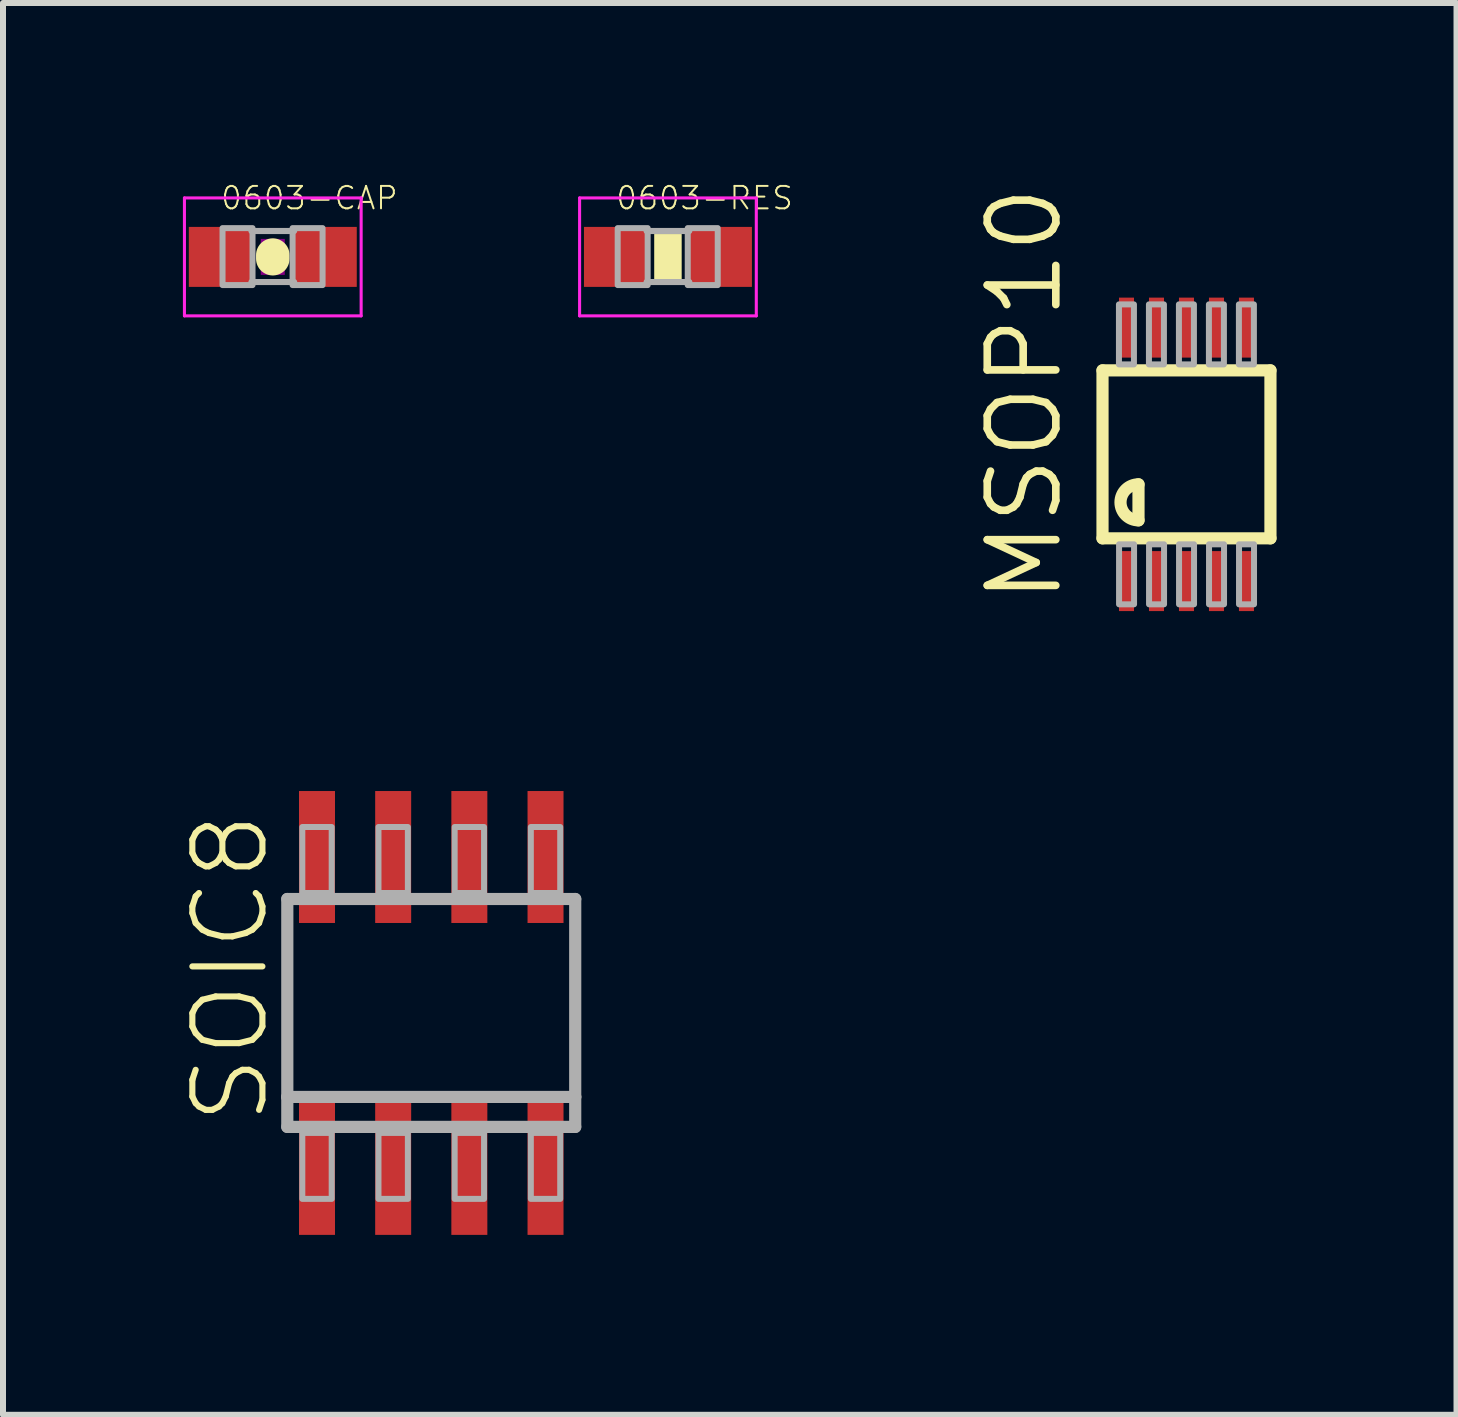
<source format=kicad_pcb>
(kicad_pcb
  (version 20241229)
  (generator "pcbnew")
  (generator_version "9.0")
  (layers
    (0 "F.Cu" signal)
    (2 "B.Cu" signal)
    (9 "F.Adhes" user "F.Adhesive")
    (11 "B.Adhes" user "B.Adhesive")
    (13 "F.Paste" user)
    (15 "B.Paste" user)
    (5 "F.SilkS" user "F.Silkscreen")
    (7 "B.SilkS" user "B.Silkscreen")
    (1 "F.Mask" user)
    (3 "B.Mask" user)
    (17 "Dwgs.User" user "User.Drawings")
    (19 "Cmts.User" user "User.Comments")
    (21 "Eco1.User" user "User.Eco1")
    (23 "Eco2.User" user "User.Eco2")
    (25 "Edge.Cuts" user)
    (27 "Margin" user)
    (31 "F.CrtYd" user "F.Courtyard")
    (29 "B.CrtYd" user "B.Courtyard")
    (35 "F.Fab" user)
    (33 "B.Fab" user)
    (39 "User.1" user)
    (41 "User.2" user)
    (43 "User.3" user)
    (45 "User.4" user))
  (footprint "0603-RES"
    (layer "F.Cu")
    (at 8.086 1.233)
    (property "Reference" "0603-RES" (at -0.889 -0.762 0) (layer "F.SilkS") (effects (font (size 0.374 0.374) (thickness 0.033)) (justify left bottom)))
    (fp_poly (pts (xy -0.229 0.381) (xy 0.229 0.381) (xy 0.229 -0.381) (xy -0.229 -0.381)) (stroke (width 0) (type solid)) (fill yes) (layer "F.SilkS"))
    (fp_poly (pts (xy -0.2 0.3) (xy 0.2 0.3) (xy 0.2 -0.3) (xy -0.2 -0.3)) (stroke (width 0) (type solid)) (fill yes) (layer "F.Adhes"))
    (fp_line (start -1.473 -0.983) (end 1.473 -0.983) (stroke (width 0.051) (type solid)) (layer "F.CrtYd"))
    (fp_line (start -1.473 0.983) (end -1.473 -0.983) (stroke (width 0.051) (type solid)) (layer "F.CrtYd"))
    (fp_line (start 1.473 -0.983) (end 1.473 0.983) (stroke (width 0.051) (type solid)) (layer "F.CrtYd"))
    (fp_line (start 1.473 0.983) (end -1.473 0.983) (stroke (width 0.051) (type solid)) (layer "F.CrtYd"))
    (fp_line (start -0.356 -0.432) (end 0.356 -0.432) (stroke (width 0.102) (type solid)) (layer "F.Fab"))
    (fp_line (start -0.356 0.419) (end 0.356 0.419) (stroke (width 0.102) (type solid)) (layer "F.Fab"))
    (fp_poly (pts (xy -0.838 0.47) (xy -0.338 0.47) (xy -0.338 -0.48) (xy -0.838 -0.48)) (stroke (width 0.1) (type solid)) (fill no) (layer "F.Fab"))
    (fp_poly (pts (xy 0.33 0.47) (xy 0.83 0.47) (xy 0.83 -0.48) (xy 0.33 -0.48)) (stroke (width 0.1) (type solid)) (fill no) (layer "F.Fab"))
    (pad "1" smd rect (at -0.85 0) (size 1.1 1) (layers "F.Cu" "F.Mask" "F.Paste"))
    (pad "2" smd rect (at 0.85 0) (size 1.1 1) (layers "F.Cu" "F.Mask" "F.Paste")))
  (footprint "SOIC8"
    (layer "F.Cu")
    (at 4.14 13.838)
    (property "Reference" "SOIC8" (at -2.667 1.905 90) (layer "F.SilkS") (effects (font (size 1.168 1.168) (thickness 0.102)) (justify left bottom)))
    (fp_line (start -2.4 -1.9) (end 2.4 -1.9) (stroke (width 0.203) (type solid)) (layer "F.Fab"))
    (fp_line (start -2.4 1.4) (end -2.4 -1.9) (stroke (width 0.203) (type solid)) (layer "F.Fab"))
    (fp_line (start -2.4 1.9) (end -2.4 1.4) (stroke (width 0.203) (type solid)) (layer "F.Fab"))
    (fp_line (start 2.4 -1.9) (end 2.4 1.4) (stroke (width 0.203) (type solid)) (layer "F.Fab"))
    (fp_line (start 2.4 1.4) (end -2.4 1.4) (stroke (width 0.203) (type solid)) (layer "F.Fab"))
    (fp_line (start 2.4 1.4) (end 2.4 1.9) (stroke (width 0.203) (type solid)) (layer "F.Fab"))
    (fp_line (start 2.4 1.9) (end -2.4 1.9) (stroke (width 0.203) (type solid)) (layer "F.Fab"))
    (fp_poly (pts (xy -2.15 -2) (xy -1.66 -2) (xy -1.66 -3.1) (xy -2.15 -3.1)) (stroke (width 0.1) (type solid)) (fill no) (layer "F.Fab"))
    (fp_poly (pts (xy -2.15 3.1) (xy -1.66 3.1) (xy -1.66 2) (xy -2.15 2)) (stroke (width 0.1) (type solid)) (fill no) (layer "F.Fab"))
    (fp_poly (pts (xy -0.88 -2) (xy -0.39 -2) (xy -0.39 -3.1) (xy -0.88 -3.1)) (stroke (width 0.1) (type solid)) (fill no) (layer "F.Fab"))
    (fp_poly (pts (xy -0.88 3.1) (xy -0.39 3.1) (xy -0.39 2) (xy -0.88 2)) (stroke (width 0.1) (type solid)) (fill no) (layer "F.Fab"))
    (fp_poly (pts (xy 0.39 -2) (xy 0.88 -2) (xy 0.88 -3.1) (xy 0.39 -3.1)) (stroke (width 0.1) (type solid)) (fill no) (layer "F.Fab"))
    (fp_poly (pts (xy 0.39 3.1) (xy 0.88 3.1) (xy 0.88 2) (xy 0.39 2)) (stroke (width 0.1) (type solid)) (fill no) (layer "F.Fab"))
    (fp_poly (pts (xy 1.66 -2) (xy 2.15 -2) (xy 2.15 -3.1) (xy 1.66 -3.1)) (stroke (width 0.1) (type solid)) (fill no) (layer "F.Fab"))
    (fp_poly (pts (xy 1.66 3.1) (xy 2.15 3.1) (xy 2.15 2) (xy 1.66 2)) (stroke (width 0.1) (type solid)) (fill no) (layer "F.Fab"))
    (pad "1" smd rect (at -1.905 2.6) (size 0.6 2.2) (layers "F.Cu" "F.Mask" "F.Paste"))
    (pad "2" smd rect (at -0.635 2.6) (size 0.6 2.2) (layers "F.Cu" "F.Mask" "F.Paste"))
    (pad "3" smd rect (at 0.635 2.6) (size 0.6 2.2) (layers "F.Cu" "F.Mask" "F.Paste"))
    (pad "4" smd rect (at 1.905 2.6) (size 0.6 2.2) (layers "F.Cu" "F.Mask" "F.Paste"))
    (pad "5" smd rect (at 1.905 -2.6) (size 0.6 2.2) (layers "F.Cu" "F.Mask" "F.Paste"))
    (pad "6" smd rect (at 0.635 -2.6) (size 0.6 2.2) (layers "F.Cu" "F.Mask" "F.Paste"))
    (pad "7" smd rect (at -0.635 -2.6) (size 0.6 2.2) (layers "F.Cu" "F.Mask" "F.Paste"))
    (pad "8" smd rect (at -1.905 -2.6) (size 0.6 2.2) (layers "F.Cu" "F.Mask" "F.Paste")))
  (footprint "MSOP10"
    (layer "F.Cu")
    (at 16.731 4.525)
    (property "Reference" "MSOP10" (at -2.032 2.54 90) (layer "F.SilkS") (effects (font (size 1.143 1.143) (thickness 0.127)) (justify left bottom)))
    (fp_line (start -1.4 -1.4) (end 1.4 -1.4) (stroke (width 0.203) (type solid)) (layer "F.SilkS"))
    (fp_line (start -1.4 1.4) (end -1.4 -1.4) (stroke (width 0.203) (type solid)) (layer "F.SilkS"))
    (fp_line (start -0.8 0.5) (end -0.8 1.1) (stroke (width 0.203) (type solid)) (layer "F.SilkS"))
    (fp_line (start 1.4 -1.4) (end 1.4 1.4) (stroke (width 0.203) (type solid)) (layer "F.SilkS"))
    (fp_line (start 1.4 1.4) (end -1.4 1.4) (stroke (width 0.203) (type solid)) (layer "F.SilkS"))
    (fp_arc (start -0.8 1.1) (mid -1.1 0.8) (end -0.8 0.5) (stroke (width 0.2032) (type solid)) (layer "F.SilkS"))
    (fp_poly (pts (xy -1.124 2.5) (xy -0.874 2.5) (xy -0.874 1.5) (xy -1.124 1.5)) (stroke (width 0.1) (type solid)) (fill no) (layer "F.Fab"))
    (fp_poly (pts (xy -0.876 -2.5) (xy -1.126 -2.5) (xy -1.126 -1.5) (xy -0.876 -1.5)) (stroke (width 0.1) (type solid)) (fill no) (layer "F.Fab"))
    (fp_poly (pts (xy -0.624 2.5) (xy -0.374 2.5) (xy -0.374 1.5) (xy -0.624 1.5)) (stroke (width 0.1) (type solid)) (fill no) (layer "F.Fab"))
    (fp_poly (pts (xy -0.376 -2.5) (xy -0.626 -2.5) (xy -0.626 -1.5) (xy -0.376 -1.5)) (stroke (width 0.1) (type solid)) (fill no) (layer "F.Fab"))
    (fp_poly (pts (xy -0.124 2.5) (xy 0.126 2.5) (xy 0.126 1.5) (xy -0.124 1.5)) (stroke (width 0.1) (type solid)) (fill no) (layer "F.Fab"))
    (fp_poly (pts (xy 0.124 -2.5) (xy -0.126 -2.5) (xy -0.126 -1.5) (xy 0.124 -1.5)) (stroke (width 0.1) (type solid)) (fill no) (layer "F.Fab"))
    (fp_poly (pts (xy 0.376 2.5) (xy 0.626 2.5) (xy 0.626 1.5) (xy 0.376 1.5)) (stroke (width 0.1) (type solid)) (fill no) (layer "F.Fab"))
    (fp_poly (pts (xy 0.624 -2.5) (xy 0.374 -2.5) (xy 0.374 -1.5) (xy 0.624 -1.5)) (stroke (width 0.1) (type solid)) (fill no) (layer "F.Fab"))
    (fp_poly (pts (xy 0.876 2.5) (xy 1.126 2.5) (xy 1.126 1.5) (xy 0.876 1.5)) (stroke (width 0.1) (type solid)) (fill no) (layer "F.Fab"))
    (fp_poly (pts (xy 1.124 -2.5) (xy 0.874 -2.5) (xy 0.874 -1.5) (xy 1.124 -1.5)) (stroke (width 0.1) (type solid)) (fill no) (layer "F.Fab"))
    (pad "1" smd rect (at -1 2.113) (size 0.25 1) (layers "F.Cu" "F.Mask" "F.Paste"))
    (pad "2" smd rect (at -0.5 2.113) (size 0.25 1) (layers "F.Cu" "F.Mask" "F.Paste"))
    (pad "3" smd rect (at 0 2.113) (size 0.25 1) (layers "F.Cu" "F.Mask" "F.Paste"))
    (pad "4" smd rect (at 0.5 2.113) (size 0.25 1) (layers "F.Cu" "F.Mask" "F.Paste"))
    (pad "5" smd rect (at 1 2.113) (size 0.25 1) (layers "F.Cu" "F.Mask" "F.Paste"))
    (pad "6" smd rect (at 1 -2.113 180) (size 0.25 1) (layers "F.Cu" "F.Mask" "F.Paste"))
    (pad "7" smd rect (at 0.5 -2.113 180) (size 0.25 1) (layers "F.Cu" "F.Mask" "F.Paste"))
    (pad "8" smd rect (at 0 -2.113 180) (size 0.25 1) (layers "F.Cu" "F.Mask" "F.Paste"))
    (pad "9" smd rect (at -0.5 -2.113 180) (size 0.25 1) (layers "F.Cu" "F.Mask" "F.Paste"))
    (pad "10" smd rect (at -1 -2.113 180) (size 0.25 1) (layers "F.Cu" "F.Mask" "F.Paste")))
  (footprint "0603-CAP"
    (layer "F.Cu")
    (at 1.498 1.233)
    (property "Reference" "0603-CAP" (at -0.889 -0.762 0) (layer "F.SilkS") (effects (font (size 0.374 0.374) (thickness 0.033)) (justify left bottom)))
    (fp_line (start 0 -0.03) (end 0 0.03) (stroke (width 0.559) (type solid)) (layer "F.SilkS"))
    (fp_poly (pts (xy -0.2 0.3) (xy 0.2 0.3) (xy 0.2 -0.3) (xy -0.2 -0.3)) (stroke (width 0) (type solid)) (fill yes) (layer "F.Adhes"))
    (fp_line (start -1.473 -0.983) (end 1.473 -0.983) (stroke (width 0.051) (type solid)) (layer "F.CrtYd"))
    (fp_line (start -1.473 0.983) (end -1.473 -0.983) (stroke (width 0.051) (type solid)) (layer "F.CrtYd"))
    (fp_line (start 1.473 -0.983) (end 1.473 0.983) (stroke (width 0.051) (type solid)) (layer "F.CrtYd"))
    (fp_line (start 1.473 0.983) (end -1.473 0.983) (stroke (width 0.051) (type solid)) (layer "F.CrtYd"))
    (fp_line (start -0.356 -0.432) (end 0.356 -0.432) (stroke (width 0.102) (type solid)) (layer "F.Fab"))
    (fp_line (start -0.356 0.419) (end 0.356 0.419) (stroke (width 0.102) (type solid)) (layer "F.Fab"))
    (fp_poly (pts (xy -0.838 0.47) (xy -0.338 0.47) (xy -0.338 -0.48) (xy -0.838 -0.48)) (stroke (width 0.1) (type solid)) (fill no) (layer "F.Fab"))
    (fp_poly (pts (xy 0.33 0.47) (xy 0.83 0.47) (xy 0.83 -0.48) (xy 0.33 -0.48)) (stroke (width 0.1) (type solid)) (fill no) (layer "F.Fab"))
    (pad "1" smd rect (at -0.85 0) (size 1.1 1) (layers "F.Cu" "F.Mask" "F.Paste"))
    (pad "2" smd rect (at 0.85 0) (size 1.1 1) (layers "F.Cu" "F.Mask" "F.Paste")))
  (gr_rect
    (start -3 -3)
    (end 21.233 20.538)
    (stroke (width 0.1) (type default))
    (fill no)
    (layer "Edge.Cuts")))
</source>
